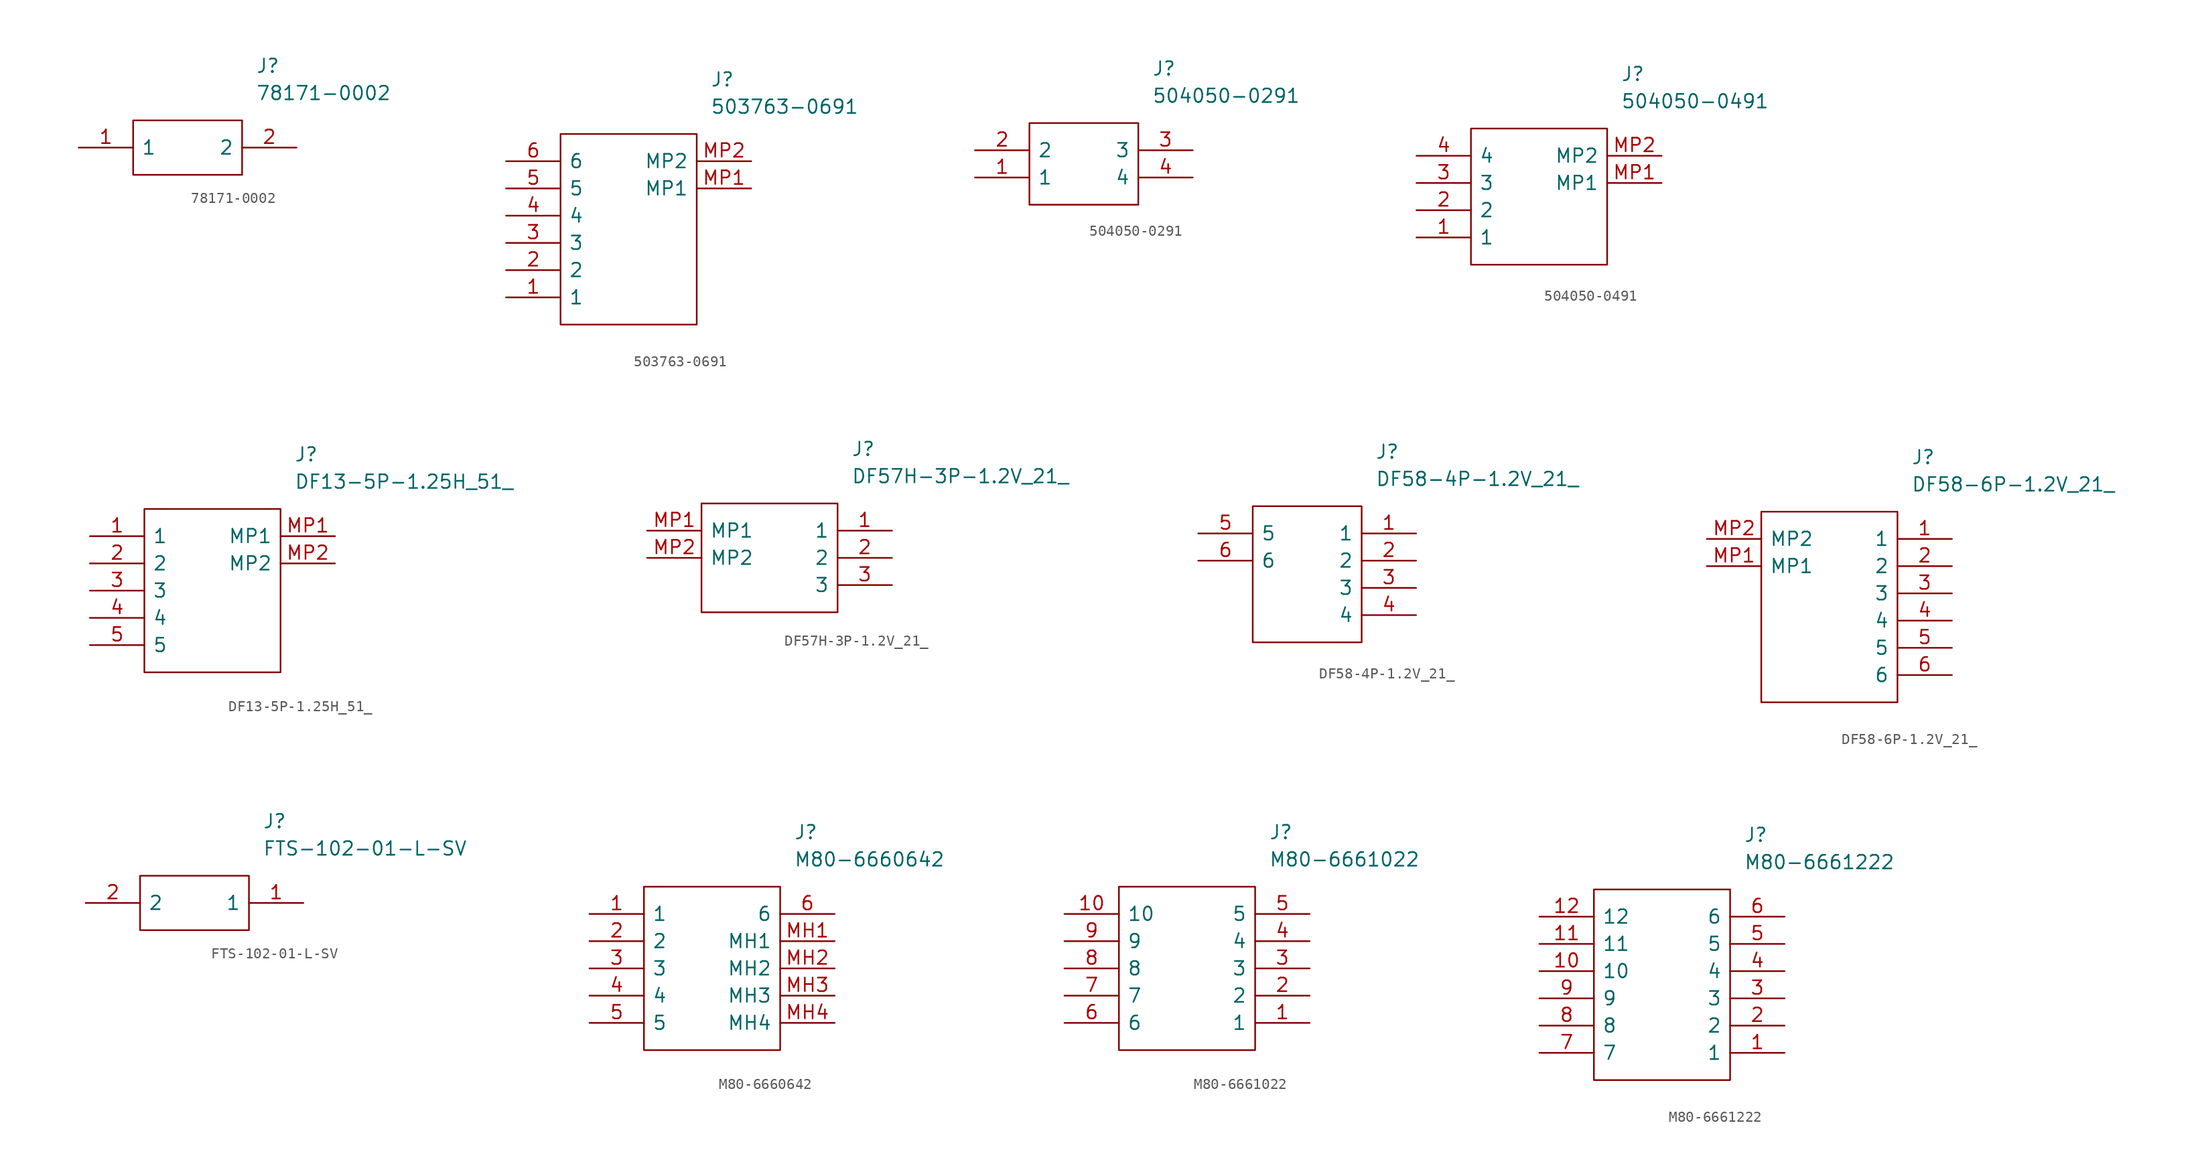
<source format=kicad_sym>
(kicad_symbol_lib
  (version 20211014)
  (generator kicad_symbol_editor)
  (symbol "78171-0002"
    (pin_names
      (offset 0.762))
    (property "Reference" "J"
      (at 16.51 7.62 0)
      (effects (font (size 1.27 1.27)) (justify left)))
    (property "Value" "78171-0002"
      (at 16.51 5.08 0)
      (effects (font (size 1.27 1.27)) (justify left)))
    (symbol "78171-0002_0_0"
      (pin passive line (at 0 0 0) (length 5.08) (name "1" (effects (font (size 1.27 1.27)))) (number "1" (effects (font (size 1.27 1.27)))))
      (pin passive line (at 20.32 0 180) (length 5.08) (name "2" (effects (font (size 1.27 1.27)))) (number "2" (effects (font (size 1.27 1.27))))))
    (symbol "78171-0002_0_1"
      (polyline (pts (xy 5.08 2.54) (xy 15.24 2.54) (xy 15.24 -2.54) (xy 5.08 -2.54) (xy 5.08 2.54)) (stroke (width 0.152) (type default) (color 0 0 0 0)) (fill (type none)))))
  (symbol "503763-0691"
    (pin_names
      (offset 0.762))
    (property "Reference" "J"
      (at 19.05 7.62 0)
      (effects (font (size 1.27 1.27)) (justify left)))
    (property "Value" "503763-0691"
      (at 19.05 5.08 0)
      (effects (font (size 1.27 1.27)) (justify left)))
    (symbol "503763-0691_0_0"
      (pin passive line (at 0 -12.7 0) (length 5.08) (name "1" (effects (font (size 1.27 1.27)))) (number "1" (effects (font (size 1.27 1.27)))))
      (pin passive line (at 0 -10.16 0) (length 5.08) (name "2" (effects (font (size 1.27 1.27)))) (number "2" (effects (font (size 1.27 1.27)))))
      (pin passive line (at 0 -7.62 0) (length 5.08) (name "3" (effects (font (size 1.27 1.27)))) (number "3" (effects (font (size 1.27 1.27)))))
      (pin passive line (at 0 -5.08 0) (length 5.08) (name "4" (effects (font (size 1.27 1.27)))) (number "4" (effects (font (size 1.27 1.27)))))
      (pin passive line (at 0 -2.54 0) (length 5.08) (name "5" (effects (font (size 1.27 1.27)))) (number "5" (effects (font (size 1.27 1.27)))))
      (pin passive line (at 0 0 0) (length 5.08) (name "6" (effects (font (size 1.27 1.27)))) (number "6" (effects (font (size 1.27 1.27)))))
      (pin passive line (at 22.86 -2.54 180) (length 5.08) (name "MP1" (effects (font (size 1.27 1.27)))) (number "MP1" (effects (font (size 1.27 1.27)))))
      (pin passive line (at 22.86 0 180) (length 5.08) (name "MP2" (effects (font (size 1.27 1.27)))) (number "MP2" (effects (font (size 1.27 1.27))))))
    (symbol "503763-0691_0_1"
      (polyline (pts (xy 5.08 2.54) (xy 17.78 2.54) (xy 17.78 -15.24) (xy 5.08 -15.24) (xy 5.08 2.54)) (stroke (width 0.152) (type default) (color 0 0 0 0)) (fill (type none)))))
  (symbol "504050-0291"
    (pin_names
      (offset 0.762))
    (property "Reference" "J"
      (at 16.51 7.62 0)
      (effects (font (size 1.27 1.27)) (justify left)))
    (property "Value" "504050-0291"
      (at 16.51 5.08 0)
      (effects (font (size 1.27 1.27)) (justify left)))
    (symbol "504050-0291_0_0"
      (pin passive line (at 0 -2.54 0) (length 5.08) (name "1" (effects (font (size 1.27 1.27)))) (number "1" (effects (font (size 1.27 1.27)))))
      (pin passive line (at 0 0 0) (length 5.08) (name "2" (effects (font (size 1.27 1.27)))) (number "2" (effects (font (size 1.27 1.27)))))
      (pin passive line (at 20.32 0 180) (length 5.08) (name "3" (effects (font (size 1.27 1.27)))) (number "3" (effects (font (size 1.27 1.27)))))
      (pin passive line (at 20.32 -2.54 180) (length 5.08) (name "4" (effects (font (size 1.27 1.27)))) (number "4" (effects (font (size 1.27 1.27))))))
    (symbol "504050-0291_0_1"
      (polyline (pts (xy 5.08 2.54) (xy 15.24 2.54) (xy 15.24 -5.08) (xy 5.08 -5.08) (xy 5.08 2.54)) (stroke (width 0.152) (type default) (color 0 0 0 0)) (fill (type none)))))
  (symbol "504050-0491"
    (pin_names
      (offset 0.762))
    (property "Reference" "J"
      (at 19.05 7.62 0)
      (effects (font (size 1.27 1.27)) (justify left)))
    (property "Value" "504050-0491"
      (at 19.05 5.08 0)
      (effects (font (size 1.27 1.27)) (justify left)))
    (symbol "504050-0491_0_0"
      (pin passive line (at 0 -7.62 0) (length 5.08) (name "1" (effects (font (size 1.27 1.27)))) (number "1" (effects (font (size 1.27 1.27)))))
      (pin passive line (at 0 -5.08 0) (length 5.08) (name "2" (effects (font (size 1.27 1.27)))) (number "2" (effects (font (size 1.27 1.27)))))
      (pin passive line (at 0 -2.54 0) (length 5.08) (name "3" (effects (font (size 1.27 1.27)))) (number "3" (effects (font (size 1.27 1.27)))))
      (pin passive line (at 0 0 0) (length 5.08) (name "4" (effects (font (size 1.27 1.27)))) (number "4" (effects (font (size 1.27 1.27)))))
      (pin passive line (at 22.86 -2.54 180) (length 5.08) (name "MP1" (effects (font (size 1.27 1.27)))) (number "MP1" (effects (font (size 1.27 1.27)))))
      (pin passive line (at 22.86 0 180) (length 5.08) (name "MP2" (effects (font (size 1.27 1.27)))) (number "MP2" (effects (font (size 1.27 1.27))))))
    (symbol "504050-0491_0_1"
      (polyline (pts (xy 5.08 2.54) (xy 17.78 2.54) (xy 17.78 -10.16) (xy 5.08 -10.16) (xy 5.08 2.54)) (stroke (width 0.152) (type default) (color 0 0 0 0)) (fill (type none)))))
  (symbol "DF13-5P-1.25H_51_"
    (pin_names
      (offset 0.762))
    (property "Reference" "J"
      (at 19.05 7.62 0)
      (effects (font (size 1.27 1.27)) (justify left)))
    (property "Value" "DF13-5P-1.25H_51_"
      (at 19.05 5.08 0)
      (effects (font (size 1.27 1.27)) (justify left)))
    (symbol "DF13-5P-1.25H_51__0_0"
      (pin passive line (at 0 0 0) (length 5.08) (name "1" (effects (font (size 1.27 1.27)))) (number "1" (effects (font (size 1.27 1.27)))))
      (pin passive line (at 0 -2.54 0) (length 5.08) (name "2" (effects (font (size 1.27 1.27)))) (number "2" (effects (font (size 1.27 1.27)))))
      (pin passive line (at 0 -5.08 0) (length 5.08) (name "3" (effects (font (size 1.27 1.27)))) (number "3" (effects (font (size 1.27 1.27)))))
      (pin passive line (at 0 -7.62 0) (length 5.08) (name "4" (effects (font (size 1.27 1.27)))) (number "4" (effects (font (size 1.27 1.27)))))
      (pin passive line (at 0 -10.16 0) (length 5.08) (name "5" (effects (font (size 1.27 1.27)))) (number "5" (effects (font (size 1.27 1.27)))))
      (pin passive line (at 22.86 0 180) (length 5.08) (name "MP1" (effects (font (size 1.27 1.27)))) (number "MP1" (effects (font (size 1.27 1.27)))))
      (pin passive line (at 22.86 -2.54 180) (length 5.08) (name "MP2" (effects (font (size 1.27 1.27)))) (number "MP2" (effects (font (size 1.27 1.27))))))
    (symbol "DF13-5P-1.25H_51__0_1"
      (polyline (pts (xy 5.08 2.54) (xy 17.78 2.54) (xy 17.78 -12.7) (xy 5.08 -12.7) (xy 5.08 2.54)) (stroke (width 0.152) (type default) (color 0 0 0 0)) (fill (type none)))))
  (symbol "DF57H-3P-1.2V_21_"
    (pin_names
      (offset 0.762))
    (property "Reference" "J"
      (at 19.05 7.62 0)
      (effects (font (size 1.27 1.27)) (justify left)))
    (property "Value" "DF57H-3P-1.2V_21_"
      (at 19.05 5.08 0)
      (effects (font (size 1.27 1.27)) (justify left)))
    (symbol "DF57H-3P-1.2V_21__0_0"
      (pin passive line (at 22.86 0 180) (length 5.08) (name "1" (effects (font (size 1.27 1.27)))) (number "1" (effects (font (size 1.27 1.27)))))
      (pin passive line (at 22.86 -2.54 180) (length 5.08) (name "2" (effects (font (size 1.27 1.27)))) (number "2" (effects (font (size 1.27 1.27)))))
      (pin passive line (at 22.86 -5.08 180) (length 5.08) (name "3" (effects (font (size 1.27 1.27)))) (number "3" (effects (font (size 1.27 1.27)))))
      (pin passive line (at 0 0 0) (length 5.08) (name "MP1" (effects (font (size 1.27 1.27)))) (number "MP1" (effects (font (size 1.27 1.27)))))
      (pin passive line (at 0 -2.54 0) (length 5.08) (name "MP2" (effects (font (size 1.27 1.27)))) (number "MP2" (effects (font (size 1.27 1.27))))))
    (symbol "DF57H-3P-1.2V_21__0_1"
      (polyline (pts (xy 5.08 2.54) (xy 17.78 2.54) (xy 17.78 -7.62) (xy 5.08 -7.62) (xy 5.08 2.54)) (stroke (width 0.152) (type default) (color 0 0 0 0)) (fill (type none)))))
  (symbol "DF58-4P-1.2V_21_"
    (pin_names
      (offset 0.762))
    (property "Reference" "J"
      (at 16.51 7.62 0)
      (effects (font (size 1.27 1.27)) (justify left)))
    (property "Value" "DF58-4P-1.2V_21_"
      (at 16.51 5.08 0)
      (effects (font (size 1.27 1.27)) (justify left)))
    (symbol "DF58-4P-1.2V_21__0_0"
      (pin passive line (at 20.32 0 180) (length 5.08) (name "1" (effects (font (size 1.27 1.27)))) (number "1" (effects (font (size 1.27 1.27)))))
      (pin passive line (at 20.32 -2.54 180) (length 5.08) (name "2" (effects (font (size 1.27 1.27)))) (number "2" (effects (font (size 1.27 1.27)))))
      (pin passive line (at 20.32 -5.08 180) (length 5.08) (name "3" (effects (font (size 1.27 1.27)))) (number "3" (effects (font (size 1.27 1.27)))))
      (pin passive line (at 20.32 -7.62 180) (length 5.08) (name "4" (effects (font (size 1.27 1.27)))) (number "4" (effects (font (size 1.27 1.27)))))
      (pin passive line (at 0 0 0) (length 5.08) (name "5" (effects (font (size 1.27 1.27)))) (number "5" (effects (font (size 1.27 1.27)))))
      (pin passive line (at 0 -2.54 0) (length 5.08) (name "6" (effects (font (size 1.27 1.27)))) (number "6" (effects (font (size 1.27 1.27))))))
    (symbol "DF58-4P-1.2V_21__0_1"
      (polyline (pts (xy 5.08 2.54) (xy 15.24 2.54) (xy 15.24 -10.16) (xy 5.08 -10.16) (xy 5.08 2.54)) (stroke (width 0.152) (type default) (color 0 0 0 0)) (fill (type none)))))
  (symbol "DF58-6P-1.2V_21_"
    (pin_names
      (offset 0.762))
    (property "Reference" "J"
      (at 19.05 7.62 0)
      (effects (font (size 1.27 1.27)) (justify left)))
    (property "Value" "DF58-6P-1.2V_21_"
      (at 19.05 5.08 0)
      (effects (font (size 1.27 1.27)) (justify left)))
    (symbol "DF58-6P-1.2V_21__0_0"
      (pin passive line (at 22.86 0 180) (length 5.08) (name "1" (effects (font (size 1.27 1.27)))) (number "1" (effects (font (size 1.27 1.27)))))
      (pin passive line (at 22.86 -2.54 180) (length 5.08) (name "2" (effects (font (size 1.27 1.27)))) (number "2" (effects (font (size 1.27 1.27)))))
      (pin passive line (at 22.86 -5.08 180) (length 5.08) (name "3" (effects (font (size 1.27 1.27)))) (number "3" (effects (font (size 1.27 1.27)))))
      (pin passive line (at 22.86 -7.62 180) (length 5.08) (name "4" (effects (font (size 1.27 1.27)))) (number "4" (effects (font (size 1.27 1.27)))))
      (pin passive line (at 22.86 -10.16 180) (length 5.08) (name "5" (effects (font (size 1.27 1.27)))) (number "5" (effects (font (size 1.27 1.27)))))
      (pin passive line (at 22.86 -12.7 180) (length 5.08) (name "6" (effects (font (size 1.27 1.27)))) (number "6" (effects (font (size 1.27 1.27)))))
      (pin passive line (at 0 -2.54 0) (length 5.08) (name "MP1" (effects (font (size 1.27 1.27)))) (number "MP1" (effects (font (size 1.27 1.27)))))
      (pin passive line (at 0 0 0) (length 5.08) (name "MP2" (effects (font (size 1.27 1.27)))) (number "MP2" (effects (font (size 1.27 1.27))))))
    (symbol "DF58-6P-1.2V_21__0_1"
      (polyline (pts (xy 5.08 2.54) (xy 17.78 2.54) (xy 17.78 -15.24) (xy 5.08 -15.24) (xy 5.08 2.54)) (stroke (width 0.152) (type default) (color 0 0 0 0)) (fill (type none)))))
  (symbol "FTS-102-01-L-SV"
    (pin_names
      (offset 0.762))
    (property "Reference" "J"
      (at 16.51 7.62 0)
      (effects (font (size 1.27 1.27)) (justify left)))
    (property "Value" "FTS-102-01-L-SV"
      (at 16.51 5.08 0)
      (effects (font (size 1.27 1.27)) (justify left)))
    (symbol "FTS-102-01-L-SV_0_0"
      (pin passive line (at 20.32 0 180) (length 5.08) (name "1" (effects (font (size 1.27 1.27)))) (number "1" (effects (font (size 1.27 1.27)))))
      (pin passive line (at 0 0 0) (length 5.08) (name "2" (effects (font (size 1.27 1.27)))) (number "2" (effects (font (size 1.27 1.27))))))
    (symbol "FTS-102-01-L-SV_0_1"
      (polyline (pts (xy 5.08 2.54) (xy 15.24 2.54) (xy 15.24 -2.54) (xy 5.08 -2.54) (xy 5.08 2.54)) (stroke (width 0.152) (type default) (color 0 0 0 0)) (fill (type none)))))
  (symbol "M80-6660642"
    (pin_names
      (offset 0.762))
    (property "Reference" "J"
      (at 19.05 7.62 0)
      (effects (font (size 1.27 1.27)) (justify left)))
    (property "Value" "M80-6660642"
      (at 19.05 5.08 0)
      (effects (font (size 1.27 1.27)) (justify left)))
    (symbol "M80-6660642_0_0"
      (pin passive line (at 0 0 0) (length 5.08) (name "1" (effects (font (size 1.27 1.27)))) (number "1" (effects (font (size 1.27 1.27)))))
      (pin passive line (at 0 -2.54 0) (length 5.08) (name "2" (effects (font (size 1.27 1.27)))) (number "2" (effects (font (size 1.27 1.27)))))
      (pin passive line (at 0 -5.08 0) (length 5.08) (name "3" (effects (font (size 1.27 1.27)))) (number "3" (effects (font (size 1.27 1.27)))))
      (pin passive line (at 0 -7.62 0) (length 5.08) (name "4" (effects (font (size 1.27 1.27)))) (number "4" (effects (font (size 1.27 1.27)))))
      (pin passive line (at 0 -10.16 0) (length 5.08) (name "5" (effects (font (size 1.27 1.27)))) (number "5" (effects (font (size 1.27 1.27)))))
      (pin passive line (at 22.86 0 180) (length 5.08) (name "6" (effects (font (size 1.27 1.27)))) (number "6" (effects (font (size 1.27 1.27)))))
      (pin passive line (at 22.86 -2.54 180) (length 5.08) (name "MH1" (effects (font (size 1.27 1.27)))) (number "MH1" (effects (font (size 1.27 1.27)))))
      (pin passive line (at 22.86 -5.08 180) (length 5.08) (name "MH2" (effects (font (size 1.27 1.27)))) (number "MH2" (effects (font (size 1.27 1.27)))))
      (pin passive line (at 22.86 -7.62 180) (length 5.08) (name "MH3" (effects (font (size 1.27 1.27)))) (number "MH3" (effects (font (size 1.27 1.27)))))
      (pin passive line (at 22.86 -10.16 180) (length 5.08) (name "MH4" (effects (font (size 1.27 1.27)))) (number "MH4" (effects (font (size 1.27 1.27))))))
    (symbol "M80-6660642_0_1"
      (polyline (pts (xy 5.08 2.54) (xy 17.78 2.54) (xy 17.78 -12.7) (xy 5.08 -12.7) (xy 5.08 2.54)) (stroke (width 0.152) (type default) (color 0 0 0 0)) (fill (type none)))))
  (symbol "M80-6661022"
    (pin_names
      (offset 0.762))
    (property "Reference" "J"
      (at 19.05 7.62 0)
      (effects (font (size 1.27 1.27)) (justify left)))
    (property "Value" "M80-6661022"
      (at 19.05 5.08 0)
      (effects (font (size 1.27 1.27)) (justify left)))
    (symbol "M80-6661022_0_0"
      (pin passive line (at 22.86 -10.16 180) (length 5.08) (name "1" (effects (font (size 1.27 1.27)))) (number "1" (effects (font (size 1.27 1.27)))))
      (pin passive line (at 0 0 0) (length 5.08) (name "10" (effects (font (size 1.27 1.27)))) (number "10" (effects (font (size 1.27 1.27)))))
      (pin passive line (at 22.86 -7.62 180) (length 5.08) (name "2" (effects (font (size 1.27 1.27)))) (number "2" (effects (font (size 1.27 1.27)))))
      (pin passive line (at 22.86 -5.08 180) (length 5.08) (name "3" (effects (font (size 1.27 1.27)))) (number "3" (effects (font (size 1.27 1.27)))))
      (pin passive line (at 22.86 -2.54 180) (length 5.08) (name "4" (effects (font (size 1.27 1.27)))) (number "4" (effects (font (size 1.27 1.27)))))
      (pin passive line (at 22.86 0 180) (length 5.08) (name "5" (effects (font (size 1.27 1.27)))) (number "5" (effects (font (size 1.27 1.27)))))
      (pin passive line (at 0 -10.16 0) (length 5.08) (name "6" (effects (font (size 1.27 1.27)))) (number "6" (effects (font (size 1.27 1.27)))))
      (pin passive line (at 0 -7.62 0) (length 5.08) (name "7" (effects (font (size 1.27 1.27)))) (number "7" (effects (font (size 1.27 1.27)))))
      (pin passive line (at 0 -5.08 0) (length 5.08) (name "8" (effects (font (size 1.27 1.27)))) (number "8" (effects (font (size 1.27 1.27)))))
      (pin passive line (at 0 -2.54 0) (length 5.08) (name "9" (effects (font (size 1.27 1.27)))) (number "9" (effects (font (size 1.27 1.27))))))
    (symbol "M80-6661022_0_1"
      (polyline (pts (xy 5.08 2.54) (xy 17.78 2.54) (xy 17.78 -12.7) (xy 5.08 -12.7) (xy 5.08 2.54)) (stroke (width 0.152) (type default) (color 0 0 0 0)) (fill (type none)))))
  (symbol "M80-6661222"
    (pin_names
      (offset 0.762))
    (property "Reference" "J"
      (at 19.05 7.62 0)
      (effects (font (size 1.27 1.27)) (justify left)))
    (property "Value" "M80-6661222"
      (at 19.05 5.08 0)
      (effects (font (size 1.27 1.27)) (justify left)))
    (symbol "M80-6661222_0_0"
      (pin passive line (at 22.86 -12.7 180) (length 5.08) (name "1" (effects (font (size 1.27 1.27)))) (number "1" (effects (font (size 1.27 1.27)))))
      (pin passive line (at 0 -5.08 0) (length 5.08) (name "10" (effects (font (size 1.27 1.27)))) (number "10" (effects (font (size 1.27 1.27)))))
      (pin passive line (at 0 -2.54 0) (length 5.08) (name "11" (effects (font (size 1.27 1.27)))) (number "11" (effects (font (size 1.27 1.27)))))
      (pin passive line (at 0 0 0) (length 5.08) (name "12" (effects (font (size 1.27 1.27)))) (number "12" (effects (font (size 1.27 1.27)))))
      (pin passive line (at 22.86 -10.16 180) (length 5.08) (name "2" (effects (font (size 1.27 1.27)))) (number "2" (effects (font (size 1.27 1.27)))))
      (pin passive line (at 22.86 -7.62 180) (length 5.08) (name "3" (effects (font (size 1.27 1.27)))) (number "3" (effects (font (size 1.27 1.27)))))
      (pin passive line (at 22.86 -5.08 180) (length 5.08) (name "4" (effects (font (size 1.27 1.27)))) (number "4" (effects (font (size 1.27 1.27)))))
      (pin passive line (at 22.86 -2.54 180) (length 5.08) (name "5" (effects (font (size 1.27 1.27)))) (number "5" (effects (font (size 1.27 1.27)))))
      (pin passive line (at 22.86 0 180) (length 5.08) (name "6" (effects (font (size 1.27 1.27)))) (number "6" (effects (font (size 1.27 1.27)))))
      (pin passive line (at 0 -12.7 0) (length 5.08) (name "7" (effects (font (size 1.27 1.27)))) (number "7" (effects (font (size 1.27 1.27)))))
      (pin passive line (at 0 -10.16 0) (length 5.08) (name "8" (effects (font (size 1.27 1.27)))) (number "8" (effects (font (size 1.27 1.27)))))
      (pin passive line (at 0 -7.62 0) (length 5.08) (name "9" (effects (font (size 1.27 1.27)))) (number "9" (effects (font (size 1.27 1.27))))))
    (symbol "M80-6661222_0_1"
      (polyline (pts (xy 5.08 2.54) (xy 17.78 2.54) (xy 17.78 -15.24) (xy 5.08 -15.24) (xy 5.08 2.54)) (stroke (width 0.152) (type default) (color 0 0 0 0)) (fill (type none))))))
</source>
